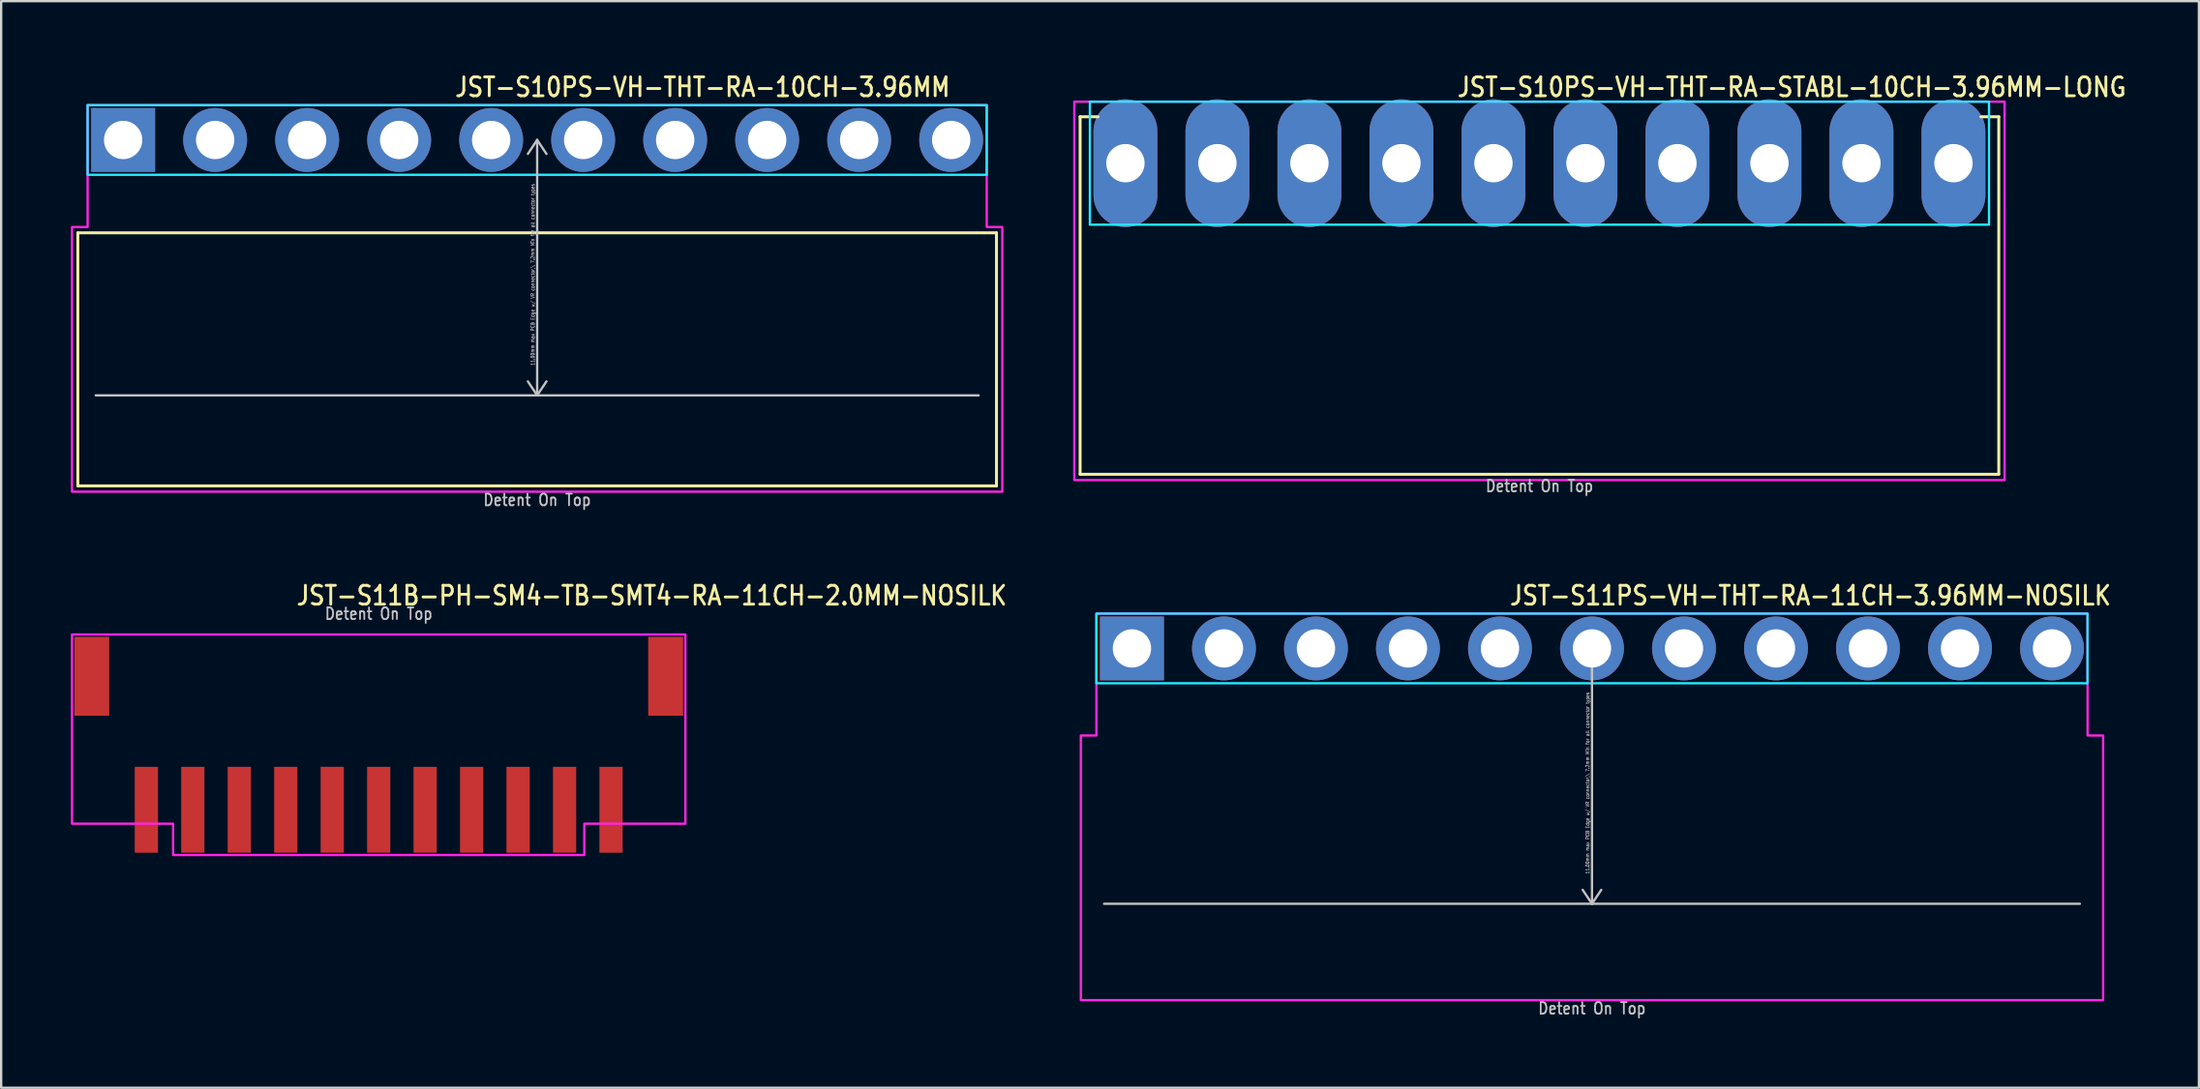
<source format=kicad_pcb>
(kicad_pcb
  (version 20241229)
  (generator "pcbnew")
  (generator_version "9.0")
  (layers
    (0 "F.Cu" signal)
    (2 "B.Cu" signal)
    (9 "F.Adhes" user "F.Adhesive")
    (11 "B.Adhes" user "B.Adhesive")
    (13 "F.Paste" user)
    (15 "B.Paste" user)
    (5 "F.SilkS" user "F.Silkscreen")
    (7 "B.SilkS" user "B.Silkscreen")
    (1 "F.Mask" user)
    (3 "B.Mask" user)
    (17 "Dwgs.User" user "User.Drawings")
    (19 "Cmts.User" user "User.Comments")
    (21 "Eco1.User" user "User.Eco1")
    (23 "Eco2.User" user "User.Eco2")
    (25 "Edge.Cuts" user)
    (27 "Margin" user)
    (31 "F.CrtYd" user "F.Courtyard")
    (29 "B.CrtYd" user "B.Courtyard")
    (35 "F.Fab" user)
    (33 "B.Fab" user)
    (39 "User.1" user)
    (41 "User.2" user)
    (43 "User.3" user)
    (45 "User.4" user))
  (footprint "JST-S11B-PH-SM4-TB-SMT4-RA-11CH-2.0MM-NOSILK"
    (layer "F.Cu")
    (at 13.25 26.08)
    (property "Reference" "JST-S11B-PH-SM4-TB-SMT4-RA-11CH-2.0MM-NOSILK" (at -3.6 -3 0) (unlocked yes) (layer "F.SilkS") (effects (font (size 0.813 0.695) (thickness 0.122)) (justify left bottom)))
    (fp_poly (pts (xy -13.2 -1.8) (xy -13.2 6.35) (xy -8.85 6.35) (xy -8.85 7.7) (xy 8.85 7.7) (xy 8.85 6.35) (xy 13.2 6.35) (xy 13.2 -1.8)) (stroke (width 0.1) (type solid)) (fill no) (layer "F.CrtYd"))
    (fp_text user "Detent On Top" (at 0 -2.4 0) (unlocked yes) (layer "Dwgs.User") (effects (font (size 0.5 0.427) (thickness 0.075)) (justify bottom)))
    (pad "P$1" smd rect (at 10 5.75) (size 1 3.7) (layers "F.Cu" "F.Mask" "F.Paste"))
    (pad "P$2" smd rect (at 8 5.75) (size 1 3.7) (layers "F.Cu" "F.Mask" "F.Paste"))
    (pad "P$3" smd rect (at 6 5.75) (size 1 3.7) (layers "F.Cu" "F.Mask" "F.Paste"))
    (pad "P$4" smd rect (at 4 5.75) (size 1 3.7) (layers "F.Cu" "F.Mask" "F.Paste"))
    (pad "P$5" smd rect (at 2 5.75) (size 1 3.7) (layers "F.Cu" "F.Mask" "F.Paste"))
    (pad "P$6" smd rect (at 0 5.75) (size 1 3.7) (layers "F.Cu" "F.Mask" "F.Paste"))
    (pad "P$7" smd rect (at -2 5.75) (size 1 3.7) (layers "F.Cu" "F.Mask" "F.Paste"))
    (pad "P$8" smd rect (at -4 5.75) (size 1 3.7) (layers "F.Cu" "F.Mask" "F.Paste"))
    (pad "P$9" smd rect (at -6 5.75) (size 1 3.7) (layers "F.Cu" "F.Mask" "F.Paste"))
    (pad "P$10" smd rect (at -8 5.75) (size 1 3.7) (layers "F.Cu" "F.Mask" "F.Paste"))
    (pad "P$11" smd rect (at -10 5.75) (size 1 3.7) (layers "F.Cu" "F.Mask" "F.Paste"))
    (pad "S$1" smd rect (at -12.35 0) (size 1.5 3.4) (layers "F.Cu" "F.Mask" "F.Paste"))
    (pad "S$2" smd rect (at 12.35 0) (size 1.5 3.4) (layers "F.Cu" "F.Mask" "F.Paste")))
  (footprint "JST-S10PS-VH-THT-RA-STABL-10CH-3.96MM-LONG"
    (layer "F.Cu")
    (at 63.21 3.979)
    (property "Reference" "JST-S10PS-VH-THT-RA-STABL-10CH-3.96MM-LONG" (at -3.6 -2.8 0) (unlocked yes) (layer "F.SilkS") (effects (font (size 0.813 0.695) (thickness 0.122)) (justify left bottom)))
    (fp_line (start -19.77 -2) (end -19 -2) (stroke (width 0.127) (type solid)) (layer "F.SilkS"))
    (fp_line (start -19.77 13.4) (end -19.77 -2) (stroke (width 0.127) (type solid)) (layer "F.SilkS"))
    (fp_line (start -19.77 13.4) (end 19.77 13.4) (stroke (width 0.127) (type solid)) (layer "F.SilkS"))
    (fp_line (start 19.77 -2) (end 19 -2) (stroke (width 0.127) (type solid)) (layer "F.SilkS"))
    (fp_line (start 19.77 -2) (end 19.77 13.4) (stroke (width 0.127) (type solid)) (layer "F.SilkS"))
    (fp_poly (pts (xy -19.35 -2.65) (xy -19.35 2.65) (xy 19.35 2.65) (xy 19.35 -2.65)) (stroke (width 0.1) (type solid)) (fill no) (layer "B.CrtYd"))
    (fp_poly (pts (xy -20.02 -2.65) (xy -20.02 13.65) (xy 20.02 13.65) (xy 20.02 -2.65)) (stroke (width 0.1) (type solid)) (fill no) (layer "F.CrtYd"))
    (fp_text user "Detent On Top" (at 0 14.2 0) (unlocked yes) (layer "Dwgs.User") (effects (font (size 0.5 0.427) (thickness 0.075)) (justify bottom)))
    (pad "P$1" thru_hole oval (at -17.82 0 90) (size 5.5 2.75) (drill 1.65) (layers "*.Cu" "*.Mask"))
    (pad "P$2" thru_hole oval (at -13.86 0 90) (size 5.5 2.75) (drill 1.65) (layers "*.Cu" "*.Mask"))
    (pad "P$3" thru_hole oval (at -9.9 0 90) (size 5.5 2.75) (drill 1.65) (layers "*.Cu" "*.Mask"))
    (pad "P$4" thru_hole oval (at -5.94 0 90) (size 5.5 2.75) (drill 1.65) (layers "*.Cu" "*.Mask"))
    (pad "P$5" thru_hole oval (at -1.98 0 90) (size 5.5 2.75) (drill 1.65) (layers "*.Cu" "*.Mask"))
    (pad "P$6" thru_hole oval (at 1.98 0 90) (size 5.5 2.75) (drill 1.65) (layers "*.Cu" "*.Mask"))
    (pad "P$7" thru_hole oval (at 5.94 0 90) (size 5.5 2.75) (drill 1.65) (layers "*.Cu" "*.Mask"))
    (pad "P$8" thru_hole oval (at 9.9 0 90) (size 5.5 2.75) (drill 1.65) (layers "*.Cu" "*.Mask"))
    (pad "P$9" thru_hole oval (at 13.86 0 90) (size 5.5 2.75) (drill 1.65) (layers "*.Cu" "*.Mask"))
    (pad "P$10" thru_hole oval (at 17.82 0 90) (size 5.5 2.75) (drill 1.65) (layers "*.Cu" "*.Mask")))
  (footprint "JST-S11PS-VH-THT-RA-11CH-3.96MM-NOSILK"
    (layer "F.Cu")
    (at 65.471 24.88)
    (property "Reference" "JST-S11PS-VH-THT-RA-11CH-3.96MM-NOSILK" (at -3.6 -1.8 0) (unlocked yes) (layer "F.SilkS") (effects (font (size 0.813 0.695) (thickness 0.122)) (justify left bottom)))
    (fp_line (start -21 11) (end 21 11) (stroke (width 0.1) (type solid)) (layer "Dwgs.User"))
    (fp_line (start 0 0) (end -0.4 0.6) (stroke (width 0.1) (type solid)) (layer "Dwgs.User"))
    (fp_line (start 0 0) (end 0 11) (stroke (width 0.1) (type solid)) (layer "Dwgs.User"))
    (fp_line (start 0 0) (end 0.4 0.6) (stroke (width 0.1) (type solid)) (layer "Dwgs.User"))
    (fp_line (start 0 11) (end -0.4 10.4) (stroke (width 0.1) (type solid)) (layer "Dwgs.User"))
    (fp_line (start 0 11) (end 0.4 10.4) (stroke (width 0.1) (type solid)) (layer "Dwgs.User"))
    (fp_poly (pts (xy -21.33 -1.5) (xy -21.33 1.5) (xy 21.33 1.5) (xy 21.33 -1.5)) (stroke (width 0.1) (type solid)) (fill no) (layer "B.CrtYd"))
    (fp_poly (pts (xy -22 3.75) (xy -22 15.15) (xy 22 15.15) (xy 22 3.75) (xy 21.33 3.75) (xy 21.33 -1.5) (xy -21.33 -1.5) (xy -21.33 3.75)) (stroke (width 0.1) (type solid)) (fill no) (layer "F.CrtYd"))
    (fp_text user "Detent On Top" (at 0 15.8 0) (unlocked yes) (layer "Dwgs.User") (effects (font (size 0.5 0.427) (thickness 0.075)) (justify bottom)))
    (fp_text user "11.00mm max PCB Edge w/ VR connector,\\ 7.2mm Min for all connector types" (at -0.1 5.8 90) (unlocked yes) (layer "Dwgs.User") (effects (font (size 0.15 0.128) (thickness 0.022)) (justify bottom)))
    (pad "P$1" thru_hole rect (at -19.8 0) (size 2.75 2.75) (drill 1.65) (layers "*.Cu" "*.Mask"))
    (pad "P$2" thru_hole oval (at -15.84 0) (size 2.75 2.75) (drill 1.65) (layers "*.Cu" "*.Mask"))
    (pad "P$3" thru_hole oval (at -11.88 0) (size 2.75 2.75) (drill 1.65) (layers "*.Cu" "*.Mask"))
    (pad "P$4" thru_hole oval (at -7.92 0) (size 2.75 2.75) (drill 1.65) (layers "*.Cu" "*.Mask"))
    (pad "P$5" thru_hole oval (at -3.96 0) (size 2.75 2.75) (drill 1.65) (layers "*.Cu" "*.Mask"))
    (pad "P$6" thru_hole oval (at 0 0) (size 2.75 2.75) (drill 1.65) (layers "*.Cu" "*.Mask"))
    (pad "P$7" thru_hole oval (at 3.96 0) (size 2.75 2.75) (drill 1.65) (layers "*.Cu" "*.Mask"))
    (pad "P$8" thru_hole oval (at 7.92 0) (size 2.75 2.75) (drill 1.65) (layers "*.Cu" "*.Mask"))
    (pad "P$9" thru_hole oval (at 11.88 0) (size 2.75 2.75) (drill 1.65) (layers "*.Cu" "*.Mask"))
    (pad "P$10" thru_hole oval (at 15.84 0) (size 2.75 2.75) (drill 1.65) (layers "*.Cu" "*.Mask"))
    (pad "P$11" thru_hole oval (at 19.8 0) (size 2.75 2.75) (drill 1.65) (layers "*.Cu" "*.Mask")))
  (footprint "JST-S10PS-VH-THT-RA-10CH-3.96MM"
    (layer "F.Cu")
    (at 20.07 2.979)
    (property "Reference" "JST-S10PS-VH-THT-RA-10CH-3.96MM" (at -3.6 -1.8 0) (unlocked yes) (layer "F.SilkS") (effects (font (size 0.813 0.695) (thickness 0.122)) (justify left bottom)))
    (fp_line (start -19.77 4) (end 19.77 4) (stroke (width 0.127) (type solid)) (layer "F.SilkS"))
    (fp_line (start -19.77 14.9) (end -19.77 4) (stroke (width 0.127) (type solid)) (layer "F.SilkS"))
    (fp_line (start -19.77 14.9) (end 19.77 14.9) (stroke (width 0.127) (type solid)) (layer "F.SilkS"))
    (fp_line (start 19.77 4) (end 19.77 14.9) (stroke (width 0.127) (type solid)) (layer "F.SilkS"))
    (fp_line (start -19 11) (end 19 11) (stroke (width 0.1) (type solid)) (layer "Dwgs.User"))
    (fp_line (start 0 0) (end -0.4 0.6) (stroke (width 0.1) (type solid)) (layer "Dwgs.User"))
    (fp_line (start 0 0) (end 0 11) (stroke (width 0.1) (type solid)) (layer "Dwgs.User"))
    (fp_line (start 0 0) (end 0.4 0.6) (stroke (width 0.1) (type solid)) (layer "Dwgs.User"))
    (fp_line (start 0 11) (end -0.4 10.4) (stroke (width 0.1) (type solid)) (layer "Dwgs.User"))
    (fp_line (start 0 11) (end 0.4 10.4) (stroke (width 0.1) (type solid)) (layer "Dwgs.User"))
    (fp_poly (pts (xy -19.35 -1.5) (xy -19.35 1.5) (xy 19.35 1.5) (xy 19.35 -1.5)) (stroke (width 0.1) (type solid)) (fill no) (layer "B.CrtYd"))
    (fp_poly (pts (xy -20.02 3.75) (xy -20.02 15.15) (xy 20.02 15.15) (xy 20.02 3.75) (xy 19.35 3.75) (xy 19.35 -1.5) (xy -19.35 -1.5) (xy -19.35 3.75)) (stroke (width 0.1) (type solid)) (fill no) (layer "F.CrtYd"))
    (fp_text user "Detent On Top" (at 0 15.8 0) (unlocked yes) (layer "Dwgs.User") (effects (font (size 0.5 0.427) (thickness 0.075)) (justify bottom)))
    (fp_text user "11.00mm max PCB Edge w/ VR connector,\\ 7.2mm Min for all connector types" (at -0.1 5.8 90) (unlocked yes) (layer "Dwgs.User") (effects (font (size 0.15 0.128) (thickness 0.022)) (justify bottom)))
    (pad "P$1" thru_hole rect (at -17.82 0) (size 2.75 2.75) (drill 1.65) (layers "*.Cu" "*.Mask"))
    (pad "P$2" thru_hole oval (at -13.86 0) (size 2.75 2.75) (drill 1.65) (layers "*.Cu" "*.Mask"))
    (pad "P$3" thru_hole oval (at -9.9 0) (size 2.75 2.75) (drill 1.65) (layers "*.Cu" "*.Mask"))
    (pad "P$4" thru_hole oval (at -5.94 0) (size 2.75 2.75) (drill 1.65) (layers "*.Cu" "*.Mask"))
    (pad "P$5" thru_hole oval (at -1.98 0) (size 2.75 2.75) (drill 1.65) (layers "*.Cu" "*.Mask"))
    (pad "P$6" thru_hole oval (at 1.98 0) (size 2.75 2.75) (drill 1.65) (layers "*.Cu" "*.Mask"))
    (pad "P$7" thru_hole oval (at 5.94 0) (size 2.75 2.75) (drill 1.65) (layers "*.Cu" "*.Mask"))
    (pad "P$8" thru_hole oval (at 9.9 0) (size 2.75 2.75) (drill 1.65) (layers "*.Cu" "*.Mask"))
    (pad "P$9" thru_hole oval (at 13.86 0) (size 2.75 2.75) (drill 1.65) (layers "*.Cu" "*.Mask"))
    (pad "P$10" thru_hole oval (at 17.82 0) (size 2.75 2.75) (drill 1.65) (layers "*.Cu" "*.Mask")))
  (gr_rect
    (start -3 -3)
    (end 91.594 43.804)
    (stroke (width 0.1) (type default))
    (fill no)
    (layer "Edge.Cuts")))
</source>
